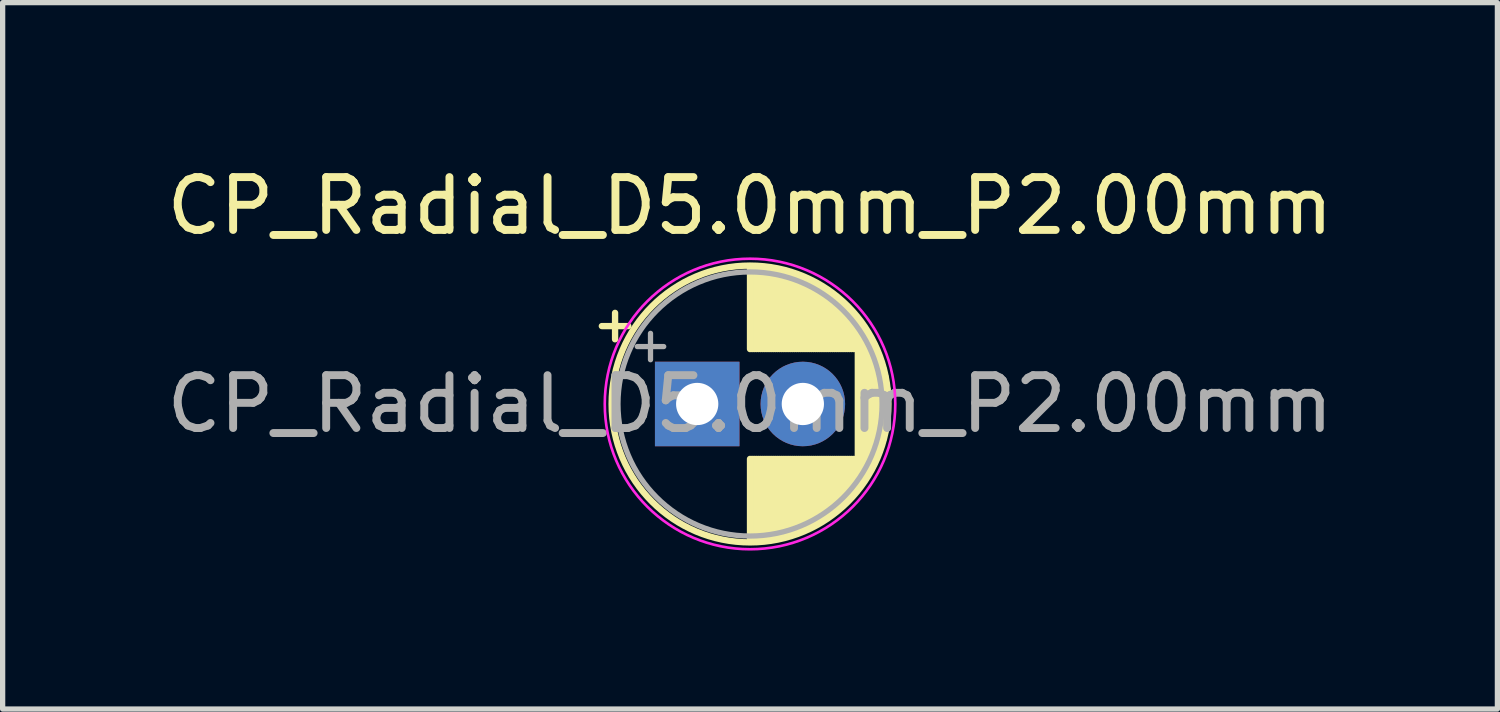
<source format=kicad_pcb>
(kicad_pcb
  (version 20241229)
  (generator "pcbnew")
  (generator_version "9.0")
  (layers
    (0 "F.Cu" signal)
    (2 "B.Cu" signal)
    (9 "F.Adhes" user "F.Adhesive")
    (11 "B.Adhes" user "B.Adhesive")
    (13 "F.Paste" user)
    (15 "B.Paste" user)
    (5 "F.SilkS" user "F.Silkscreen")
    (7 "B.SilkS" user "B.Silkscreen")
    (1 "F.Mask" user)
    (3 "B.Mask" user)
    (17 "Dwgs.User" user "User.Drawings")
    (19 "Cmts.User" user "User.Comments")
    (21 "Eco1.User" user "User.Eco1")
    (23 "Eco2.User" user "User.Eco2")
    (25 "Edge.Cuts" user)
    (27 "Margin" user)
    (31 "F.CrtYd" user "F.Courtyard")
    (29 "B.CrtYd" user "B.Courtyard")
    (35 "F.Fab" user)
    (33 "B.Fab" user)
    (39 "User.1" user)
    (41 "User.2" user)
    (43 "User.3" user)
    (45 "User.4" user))
  (footprint "CP_Radial_D5.0mm_P2.00mm"
    (layer "F.Cu")
    (at 10.149 4.598)
    (property "Reference" "CP_Radial_D5.0mm_P2.00mm" (at 1 -3.75 0) (layer "F.SilkS") (effects (font (size 1 1) (thickness 0.15))))
    (attr through_hole)
    (fp_line (start -1.805 -1.475) (end -1.305 -1.475) (stroke (width 0.12) (type solid)) (layer "F.SilkS"))
    (fp_line (start -1.555 -1.725) (end -1.555 -1.225) (stroke (width 0.12) (type solid)) (layer "F.SilkS"))
    (fp_line (start 1 -2.58) (end 1 -1.04) (stroke (width 0.12) (type solid)) (layer "F.SilkS"))
    (fp_line (start 1 1.04) (end 1 2.58) (stroke (width 0.12) (type solid)) (layer "F.SilkS"))
    (fp_line (start 1.04 -2.58) (end 1.04 -1.04) (stroke (width 0.12) (type solid)) (layer "F.SilkS"))
    (fp_line (start 1.04 1.04) (end 1.04 2.58) (stroke (width 0.12) (type solid)) (layer "F.SilkS"))
    (fp_line (start 1.08 -2.579) (end 1.08 -1.04) (stroke (width 0.12) (type solid)) (layer "F.SilkS"))
    (fp_line (start 1.08 1.04) (end 1.08 2.579) (stroke (width 0.12) (type solid)) (layer "F.SilkS"))
    (fp_line (start 1.12 -2.578) (end 1.12 -1.04) (stroke (width 0.12) (type solid)) (layer "F.SilkS"))
    (fp_line (start 1.12 1.04) (end 1.12 2.578) (stroke (width 0.12) (type solid)) (layer "F.SilkS"))
    (fp_line (start 1.16 -2.576) (end 1.16 -1.04) (stroke (width 0.12) (type solid)) (layer "F.SilkS"))
    (fp_line (start 1.16 1.04) (end 1.16 2.576) (stroke (width 0.12) (type solid)) (layer "F.SilkS"))
    (fp_line (start 1.2 -2.573) (end 1.2 -1.04) (stroke (width 0.12) (type solid)) (layer "F.SilkS"))
    (fp_line (start 1.2 1.04) (end 1.2 2.573) (stroke (width 0.12) (type solid)) (layer "F.SilkS"))
    (fp_line (start 1.24 -2.569) (end 1.24 -1.04) (stroke (width 0.12) (type solid)) (layer "F.SilkS"))
    (fp_line (start 1.24 1.04) (end 1.24 2.569) (stroke (width 0.12) (type solid)) (layer "F.SilkS"))
    (fp_line (start 1.28 -2.565) (end 1.28 -1.04) (stroke (width 0.12) (type solid)) (layer "F.SilkS"))
    (fp_line (start 1.28 1.04) (end 1.28 2.565) (stroke (width 0.12) (type solid)) (layer "F.SilkS"))
    (fp_line (start 1.32 -2.561) (end 1.32 -1.04) (stroke (width 0.12) (type solid)) (layer "F.SilkS"))
    (fp_line (start 1.32 1.04) (end 1.32 2.561) (stroke (width 0.12) (type solid)) (layer "F.SilkS"))
    (fp_line (start 1.36 -2.556) (end 1.36 -1.04) (stroke (width 0.12) (type solid)) (layer "F.SilkS"))
    (fp_line (start 1.36 1.04) (end 1.36 2.556) (stroke (width 0.12) (type solid)) (layer "F.SilkS"))
    (fp_line (start 1.4 -2.55) (end 1.4 -1.04) (stroke (width 0.12) (type solid)) (layer "F.SilkS"))
    (fp_line (start 1.4 1.04) (end 1.4 2.55) (stroke (width 0.12) (type solid)) (layer "F.SilkS"))
    (fp_line (start 1.44 -2.543) (end 1.44 -1.04) (stroke (width 0.12) (type solid)) (layer "F.SilkS"))
    (fp_line (start 1.44 1.04) (end 1.44 2.543) (stroke (width 0.12) (type solid)) (layer "F.SilkS"))
    (fp_line (start 1.48 -2.536) (end 1.48 -1.04) (stroke (width 0.12) (type solid)) (layer "F.SilkS"))
    (fp_line (start 1.48 1.04) (end 1.48 2.536) (stroke (width 0.12) (type solid)) (layer "F.SilkS"))
    (fp_line (start 1.52 -2.528) (end 1.52 -1.04) (stroke (width 0.12) (type solid)) (layer "F.SilkS"))
    (fp_line (start 1.52 1.04) (end 1.52 2.528) (stroke (width 0.12) (type solid)) (layer "F.SilkS"))
    (fp_line (start 1.56 -2.52) (end 1.56 -1.04) (stroke (width 0.12) (type solid)) (layer "F.SilkS"))
    (fp_line (start 1.56 1.04) (end 1.56 2.52) (stroke (width 0.12) (type solid)) (layer "F.SilkS"))
    (fp_line (start 1.6 -2.511) (end 1.6 -1.04) (stroke (width 0.12) (type solid)) (layer "F.SilkS"))
    (fp_line (start 1.6 1.04) (end 1.6 2.511) (stroke (width 0.12) (type solid)) (layer "F.SilkS"))
    (fp_line (start 1.64 -2.501) (end 1.64 -1.04) (stroke (width 0.12) (type solid)) (layer "F.SilkS"))
    (fp_line (start 1.64 1.04) (end 1.64 2.501) (stroke (width 0.12) (type solid)) (layer "F.SilkS"))
    (fp_line (start 1.68 -2.491) (end 1.68 -1.04) (stroke (width 0.12) (type solid)) (layer "F.SilkS"))
    (fp_line (start 1.68 1.04) (end 1.68 2.491) (stroke (width 0.12) (type solid)) (layer "F.SilkS"))
    (fp_line (start 1.721 -2.48) (end 1.721 -1.04) (stroke (width 0.12) (type solid)) (layer "F.SilkS"))
    (fp_line (start 1.721 1.04) (end 1.721 2.48) (stroke (width 0.12) (type solid)) (layer "F.SilkS"))
    (fp_line (start 1.761 -2.468) (end 1.761 -1.04) (stroke (width 0.12) (type solid)) (layer "F.SilkS"))
    (fp_line (start 1.761 1.04) (end 1.761 2.468) (stroke (width 0.12) (type solid)) (layer "F.SilkS"))
    (fp_line (start 1.801 -2.455) (end 1.801 -1.04) (stroke (width 0.12) (type solid)) (layer "F.SilkS"))
    (fp_line (start 1.801 1.04) (end 1.801 2.455) (stroke (width 0.12) (type solid)) (layer "F.SilkS"))
    (fp_line (start 1.841 -2.442) (end 1.841 -1.04) (stroke (width 0.12) (type solid)) (layer "F.SilkS"))
    (fp_line (start 1.841 1.04) (end 1.841 2.442) (stroke (width 0.12) (type solid)) (layer "F.SilkS"))
    (fp_line (start 1.881 -2.428) (end 1.881 -1.04) (stroke (width 0.12) (type solid)) (layer "F.SilkS"))
    (fp_line (start 1.881 1.04) (end 1.881 2.428) (stroke (width 0.12) (type solid)) (layer "F.SilkS"))
    (fp_line (start 1.921 -2.414) (end 1.921 -1.04) (stroke (width 0.12) (type solid)) (layer "F.SilkS"))
    (fp_line (start 1.921 1.04) (end 1.921 2.414) (stroke (width 0.12) (type solid)) (layer "F.SilkS"))
    (fp_line (start 1.961 -2.398) (end 1.961 -1.04) (stroke (width 0.12) (type solid)) (layer "F.SilkS"))
    (fp_line (start 1.961 1.04) (end 1.961 2.398) (stroke (width 0.12) (type solid)) (layer "F.SilkS"))
    (fp_line (start 2.001 -2.382) (end 2.001 -1.04) (stroke (width 0.12) (type solid)) (layer "F.SilkS"))
    (fp_line (start 2.001 1.04) (end 2.001 2.382) (stroke (width 0.12) (type solid)) (layer "F.SilkS"))
    (fp_line (start 2.041 -2.365) (end 2.041 -1.04) (stroke (width 0.12) (type solid)) (layer "F.SilkS"))
    (fp_line (start 2.041 1.04) (end 2.041 2.365) (stroke (width 0.12) (type solid)) (layer "F.SilkS"))
    (fp_line (start 2.081 -2.348) (end 2.081 -1.04) (stroke (width 0.12) (type solid)) (layer "F.SilkS"))
    (fp_line (start 2.081 1.04) (end 2.081 2.348) (stroke (width 0.12) (type solid)) (layer "F.SilkS"))
    (fp_line (start 2.121 -2.329) (end 2.121 -1.04) (stroke (width 0.12) (type solid)) (layer "F.SilkS"))
    (fp_line (start 2.121 1.04) (end 2.121 2.329) (stroke (width 0.12) (type solid)) (layer "F.SilkS"))
    (fp_line (start 2.161 -2.31) (end 2.161 -1.04) (stroke (width 0.12) (type solid)) (layer "F.SilkS"))
    (fp_line (start 2.161 1.04) (end 2.161 2.31) (stroke (width 0.12) (type solid)) (layer "F.SilkS"))
    (fp_line (start 2.201 -2.29) (end 2.201 -1.04) (stroke (width 0.12) (type solid)) (layer "F.SilkS"))
    (fp_line (start 2.201 1.04) (end 2.201 2.29) (stroke (width 0.12) (type solid)) (layer "F.SilkS"))
    (fp_line (start 2.241 -2.268) (end 2.241 -1.04) (stroke (width 0.12) (type solid)) (layer "F.SilkS"))
    (fp_line (start 2.241 1.04) (end 2.241 2.268) (stroke (width 0.12) (type solid)) (layer "F.SilkS"))
    (fp_line (start 2.281 -2.247) (end 2.281 -1.04) (stroke (width 0.12) (type solid)) (layer "F.SilkS"))
    (fp_line (start 2.281 1.04) (end 2.281 2.247) (stroke (width 0.12) (type solid)) (layer "F.SilkS"))
    (fp_line (start 2.321 -2.224) (end 2.321 -1.04) (stroke (width 0.12) (type solid)) (layer "F.SilkS"))
    (fp_line (start 2.321 1.04) (end 2.321 2.224) (stroke (width 0.12) (type solid)) (layer "F.SilkS"))
    (fp_line (start 2.361 -2.2) (end 2.361 -1.04) (stroke (width 0.12) (type solid)) (layer "F.SilkS"))
    (fp_line (start 2.361 1.04) (end 2.361 2.2) (stroke (width 0.12) (type solid)) (layer "F.SilkS"))
    (fp_line (start 2.401 -2.175) (end 2.401 -1.04) (stroke (width 0.12) (type solid)) (layer "F.SilkS"))
    (fp_line (start 2.401 1.04) (end 2.401 2.175) (stroke (width 0.12) (type solid)) (layer "F.SilkS"))
    (fp_line (start 2.441 -2.149) (end 2.441 -1.04) (stroke (width 0.12) (type solid)) (layer "F.SilkS"))
    (fp_line (start 2.441 1.04) (end 2.441 2.149) (stroke (width 0.12) (type solid)) (layer "F.SilkS"))
    (fp_line (start 2.481 -2.122) (end 2.481 -1.04) (stroke (width 0.12) (type solid)) (layer "F.SilkS"))
    (fp_line (start 2.481 1.04) (end 2.481 2.122) (stroke (width 0.12) (type solid)) (layer "F.SilkS"))
    (fp_line (start 2.521 -2.095) (end 2.521 -1.04) (stroke (width 0.12) (type solid)) (layer "F.SilkS"))
    (fp_line (start 2.521 1.04) (end 2.521 2.095) (stroke (width 0.12) (type solid)) (layer "F.SilkS"))
    (fp_line (start 2.561 -2.065) (end 2.561 -1.04) (stroke (width 0.12) (type solid)) (layer "F.SilkS"))
    (fp_line (start 2.561 1.04) (end 2.561 2.065) (stroke (width 0.12) (type solid)) (layer "F.SilkS"))
    (fp_line (start 2.601 -2.035) (end 2.601 -1.04) (stroke (width 0.12) (type solid)) (layer "F.SilkS"))
    (fp_line (start 2.601 1.04) (end 2.601 2.035) (stroke (width 0.12) (type solid)) (layer "F.SilkS"))
    (fp_line (start 2.641 -2.004) (end 2.641 -1.04) (stroke (width 0.12) (type solid)) (layer "F.SilkS"))
    (fp_line (start 2.641 1.04) (end 2.641 2.004) (stroke (width 0.12) (type solid)) (layer "F.SilkS"))
    (fp_line (start 2.681 -1.971) (end 2.681 -1.04) (stroke (width 0.12) (type solid)) (layer "F.SilkS"))
    (fp_line (start 2.681 1.04) (end 2.681 1.971) (stroke (width 0.12) (type solid)) (layer "F.SilkS"))
    (fp_line (start 2.721 -1.937) (end 2.721 -1.04) (stroke (width 0.12) (type solid)) (layer "F.SilkS"))
    (fp_line (start 2.721 1.04) (end 2.721 1.937) (stroke (width 0.12) (type solid)) (layer "F.SilkS"))
    (fp_line (start 2.761 -1.901) (end 2.761 -1.04) (stroke (width 0.12) (type solid)) (layer "F.SilkS"))
    (fp_line (start 2.761 1.04) (end 2.761 1.901) (stroke (width 0.12) (type solid)) (layer "F.SilkS"))
    (fp_line (start 2.801 -1.864) (end 2.801 -1.04) (stroke (width 0.12) (type solid)) (layer "F.SilkS"))
    (fp_line (start 2.801 1.04) (end 2.801 1.864) (stroke (width 0.12) (type solid)) (layer "F.SilkS"))
    (fp_line (start 2.841 -1.826) (end 2.841 -1.04) (stroke (width 0.12) (type solid)) (layer "F.SilkS"))
    (fp_line (start 2.841 1.04) (end 2.841 1.826) (stroke (width 0.12) (type solid)) (layer "F.SilkS"))
    (fp_line (start 2.881 -1.785) (end 2.881 -1.04) (stroke (width 0.12) (type solid)) (layer "F.SilkS"))
    (fp_line (start 2.881 1.04) (end 2.881 1.785) (stroke (width 0.12) (type solid)) (layer "F.SilkS"))
    (fp_line (start 2.921 -1.743) (end 2.921 -1.04) (stroke (width 0.12) (type solid)) (layer "F.SilkS"))
    (fp_line (start 2.921 1.04) (end 2.921 1.743) (stroke (width 0.12) (type solid)) (layer "F.SilkS"))
    (fp_line (start 2.961 -1.699) (end 2.961 -1.04) (stroke (width 0.12) (type solid)) (layer "F.SilkS"))
    (fp_line (start 2.961 1.04) (end 2.961 1.699) (stroke (width 0.12) (type solid)) (layer "F.SilkS"))
    (fp_line (start 3.001 -1.653) (end 3.001 -1.04) (stroke (width 0.12) (type solid)) (layer "F.SilkS"))
    (fp_line (start 3.001 1.04) (end 3.001 1.653) (stroke (width 0.12) (type solid)) (layer "F.SilkS"))
    (fp_line (start 3.041 -1.605) (end 3.041 1.605) (stroke (width 0.12) (type solid)) (layer "F.SilkS"))
    (fp_line (start 3.081 -1.554) (end 3.081 1.554) (stroke (width 0.12) (type solid)) (layer "F.SilkS"))
    (fp_line (start 3.121 -1.5) (end 3.121 1.5) (stroke (width 0.12) (type solid)) (layer "F.SilkS"))
    (fp_line (start 3.161 -1.443) (end 3.161 1.443) (stroke (width 0.12) (type solid)) (layer "F.SilkS"))
    (fp_line (start 3.201 -1.383) (end 3.201 1.383) (stroke (width 0.12) (type solid)) (layer "F.SilkS"))
    (fp_line (start 3.241 -1.319) (end 3.241 1.319) (stroke (width 0.12) (type solid)) (layer "F.SilkS"))
    (fp_line (start 3.281 -1.251) (end 3.281 1.251) (stroke (width 0.12) (type solid)) (layer "F.SilkS"))
    (fp_line (start 3.321 -1.178) (end 3.321 1.178) (stroke (width 0.12) (type solid)) (layer "F.SilkS"))
    (fp_line (start 3.361 -1.098) (end 3.361 1.098) (stroke (width 0.12) (type solid)) (layer "F.SilkS"))
    (fp_line (start 3.401 -1.011) (end 3.401 1.011) (stroke (width 0.12) (type solid)) (layer "F.SilkS"))
    (fp_line (start 3.441 -0.915) (end 3.441 0.915) (stroke (width 0.12) (type solid)) (layer "F.SilkS"))
    (fp_line (start 3.481 -0.805) (end 3.481 0.805) (stroke (width 0.12) (type solid)) (layer "F.SilkS"))
    (fp_line (start 3.521 -0.677) (end 3.521 0.677) (stroke (width 0.12) (type solid)) (layer "F.SilkS"))
    (fp_line (start 3.561 -0.518) (end 3.561 0.518) (stroke (width 0.12) (type solid)) (layer "F.SilkS"))
    (fp_line (start 3.601 -0.284) (end 3.601 0.284) (stroke (width 0.12) (type solid)) (layer "F.SilkS"))
    (fp_circle (center 1 0) (end 3.62 0) (stroke (width 0.12) (type solid)) (fill no) (layer "F.SilkS"))
    (fp_circle (center 1 0) (end 3.75 0) (stroke (width 0.05) (type solid)) (fill no) (layer "F.CrtYd"))
    (fp_line (start -1.134 -1.087) (end -0.634 -1.087) (stroke (width 0.1) (type solid)) (layer "F.Fab"))
    (fp_line (start -0.884 -1.337) (end -0.884 -0.838) (stroke (width 0.1) (type solid)) (layer "F.Fab"))
    (fp_circle (center 1 0) (end 3.5 0) (stroke (width 0.1) (type solid)) (fill no) (layer "F.Fab"))
    (fp_text user "${REFERENCE}" (at 1 0 0) (layer "F.Fab") (effects (font (size 1 1) (thickness 0.15))))
    (pad "1" thru_hole rect (at 0 0 180) (size 1.6 1.6) (drill 0.8) (layers "*.Cu" "*.Mask"))
    (pad "2" thru_hole circle (at 2 0 180) (size 1.6 1.6) (drill 0.8) (layers "*.Cu" "*.Mask")))
  (gr_rect
    (start -3 -3)
    (end 25.298 10.373)
    (stroke (width 0.1) (type default))
    (fill no)
    (layer "Edge.Cuts")))
</source>
